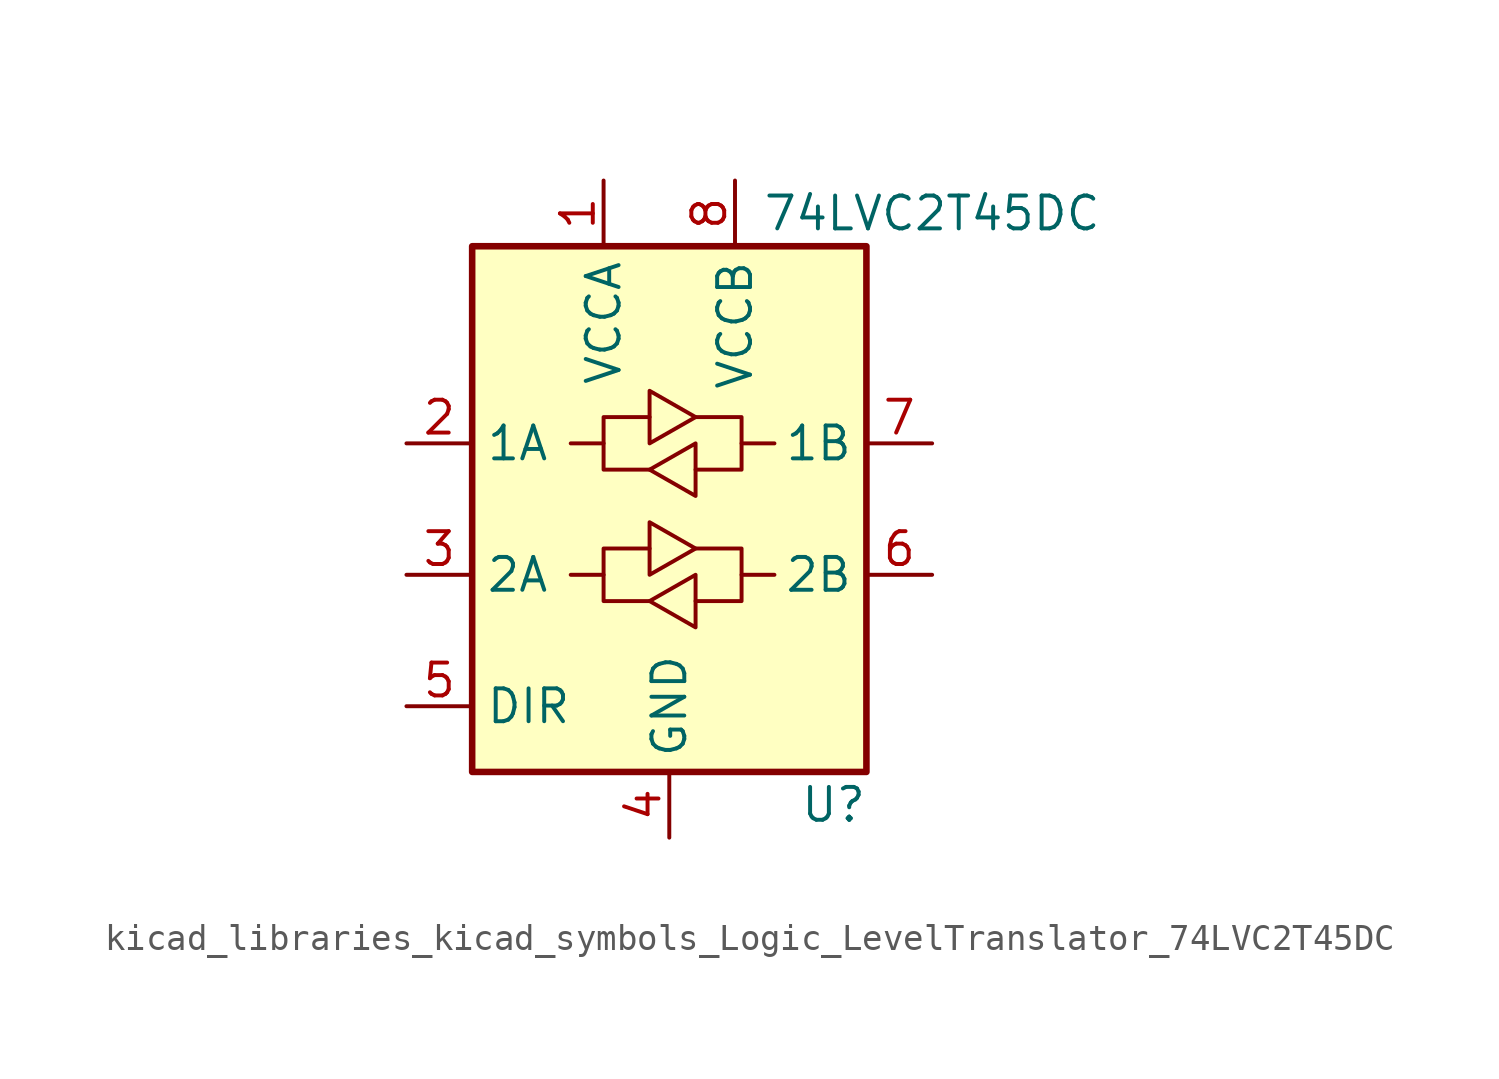
<source format=kicad_sym>
(kicad_symbol_lib
  (version 20220914)
  (generator kicad_symbol_editor)
  (symbol "kicad_libraries_kicad_symbols_Logic_LevelTranslator_74LVC2T45DC"
    (property "Reference" "U"
      (at 6.35 -11.43 0)
      (effects (font (size 1.27 1.27))))
    (property "Value" "74LVC2T45DC"
      (at 10.16 11.43 0)
      (effects (font (size 1.27 1.27))))
    (symbol "kicad_libraries_kicad_symbols_Logic_LevelTranslator_74LVC2T45DC_1_1"
      (rectangle (start -7.62 10.16) (end 7.62 -10.16) (stroke (width 0.254) (type default)) (fill (type background)))
      (polyline (pts (xy -2.54 -2.54) (xy -2.54 -1.524) (xy -0.762 -1.524)) (stroke (width 0) (type default)) (fill (type none)))
      (polyline (pts (xy -2.54 2.54) (xy -2.54 3.556) (xy -0.762 3.556)) (stroke (width 0) (type default)) (fill (type none)))
      (polyline (pts (xy 2.794 -2.54) (xy 2.794 -3.556) (xy 1.016 -3.556)) (stroke (width 0) (type default)) (fill (type none)))
      (polyline (pts (xy 2.794 2.54) (xy 2.794 1.524) (xy 1.016 1.524)) (stroke (width 0) (type default)) (fill (type none)))
      (polyline (pts (xy -0.762 -3.556) (xy -2.54 -3.556) (xy -2.54 -2.54) (xy -3.81 -2.54)) (stroke (width 0) (type default)) (fill (type none)))
      (polyline (pts (xy -0.762 -2.54) (xy -0.762 -0.508) (xy 1.016 -1.524) (xy -0.762 -2.54)) (stroke (width 0) (type default)) (fill (type none)))
      (polyline (pts (xy -0.762 1.524) (xy -2.54 1.524) (xy -2.54 2.54) (xy -3.81 2.54)) (stroke (width 0) (type default)) (fill (type none)))
      (polyline (pts (xy -0.762 2.54) (xy -0.762 4.572) (xy 1.016 3.556) (xy -0.762 2.54)) (stroke (width 0) (type default)) (fill (type none)))
      (polyline (pts (xy 1.016 -1.524) (xy 2.794 -1.524) (xy 2.794 -2.54) (xy 4.064 -2.54)) (stroke (width 0) (type default)) (fill (type none)))
      (polyline (pts (xy 1.016 3.556) (xy 2.794 3.556) (xy 2.794 2.54) (xy 4.064 2.54)) (stroke (width 0) (type default)) (fill (type none)))
      (polyline (pts (xy 1.016 -2.54) (xy 1.016 -4.318) (xy 1.016 -4.572) (xy -0.762 -3.556) (xy 1.016 -2.54)) (stroke (width 0) (type default)) (fill (type none)))
      (polyline (pts (xy 1.016 2.54) (xy 1.016 0.762) (xy 1.016 0.508) (xy -0.762 1.524) (xy 1.016 2.54)) (stroke (width 0) (type default)) (fill (type none)))
      (pin power_in line (at -2.54 12.7 270) (length 2.54) (name "VCCA" (effects (font (size 1.27 1.27)))) (number "1" (effects (font (size 1.27 1.27)))))
      (pin bidirectional line (at -10.16 2.54 0) (length 2.54) (name "1A" (effects (font (size 1.27 1.27)))) (number "2" (effects (font (size 1.27 1.27)))))
      (pin bidirectional line (at -10.16 -2.54 0) (length 2.54) (name "2A" (effects (font (size 1.27 1.27)))) (number "3" (effects (font (size 1.27 1.27)))))
      (pin power_in line (at 0 -12.7 90) (length 2.54) (name "GND" (effects (font (size 1.27 1.27)))) (number "4" (effects (font (size 1.27 1.27)))))
      (pin input line (at -10.16 -7.62 0) (length 2.54) (name "DIR" (effects (font (size 1.27 1.27)))) (number "5" (effects (font (size 1.27 1.27)))))
      (pin bidirectional line (at 10.16 -2.54 180) (length 2.54) (name "2B" (effects (font (size 1.27 1.27)))) (number "6" (effects (font (size 1.27 1.27)))))
      (pin bidirectional line (at 10.16 2.54 180) (length 2.54) (name "1B" (effects (font (size 1.27 1.27)))) (number "7" (effects (font (size 1.27 1.27)))))
      (pin power_in line (at 2.54 12.7 270) (length 2.54) (name "VCCB" (effects (font (size 1.27 1.27)))) (number "8" (effects (font (size 1.27 1.27))))))))
</source>
